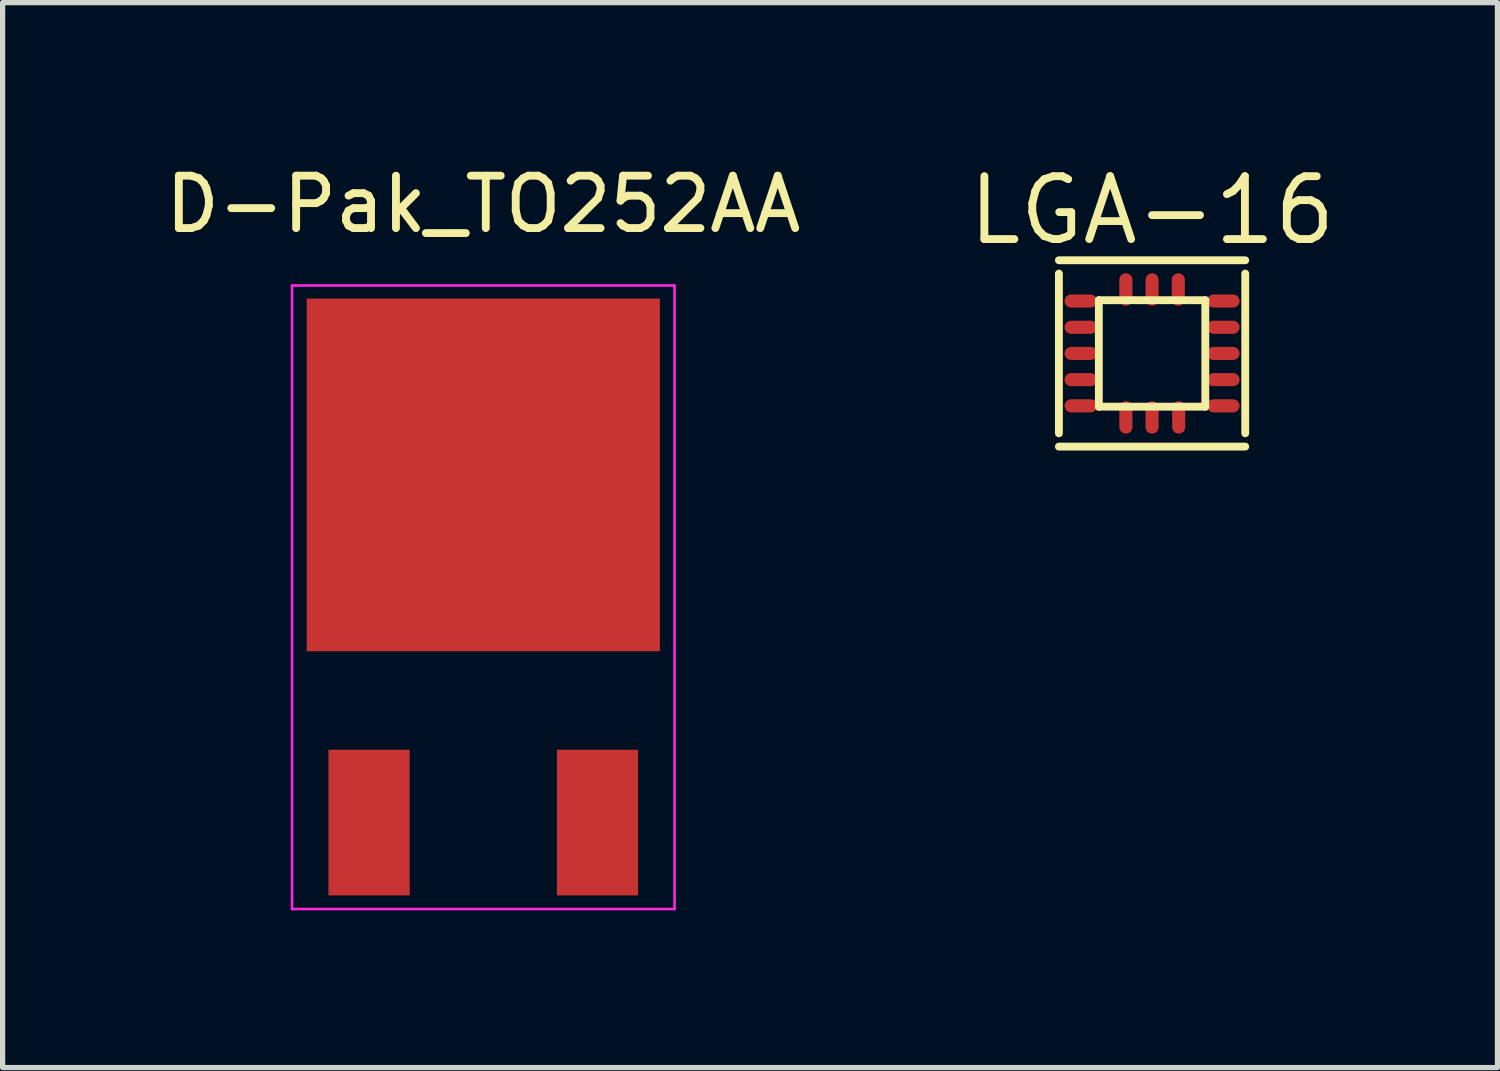
<source format=kicad_pcb>
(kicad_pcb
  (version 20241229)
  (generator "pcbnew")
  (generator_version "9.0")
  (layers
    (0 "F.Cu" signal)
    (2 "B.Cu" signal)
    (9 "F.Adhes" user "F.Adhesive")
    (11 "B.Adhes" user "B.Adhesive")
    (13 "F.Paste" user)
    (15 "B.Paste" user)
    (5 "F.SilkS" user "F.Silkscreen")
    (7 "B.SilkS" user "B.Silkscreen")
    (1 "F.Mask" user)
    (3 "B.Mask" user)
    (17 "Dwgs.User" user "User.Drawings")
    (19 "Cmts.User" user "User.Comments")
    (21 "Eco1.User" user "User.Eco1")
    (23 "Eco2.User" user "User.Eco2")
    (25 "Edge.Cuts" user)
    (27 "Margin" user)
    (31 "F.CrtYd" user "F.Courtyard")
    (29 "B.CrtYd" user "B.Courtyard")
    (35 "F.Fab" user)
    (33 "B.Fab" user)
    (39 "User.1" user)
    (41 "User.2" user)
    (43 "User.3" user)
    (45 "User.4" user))
  (footprint "D-Pak_TO252AA"
    (layer "F.Cu")
    (at 6.173 8.348)
    (property "Reference" "D-Pak_TO252AA" (at 0 -7.5 0) (layer "F.SilkS") (effects (font (size 1 1) (thickness 0.15))))
    (attr smd)
    (fp_line (start -3.65 -5.95) (end 3.65 -5.95) (stroke (width 0.05) (type solid)) (layer "F.CrtYd"))
    (fp_line (start -3.65 5.95) (end -3.65 -5.95) (stroke (width 0.05) (type solid)) (layer "F.CrtYd"))
    (fp_line (start 3.65 -5.95) (end 3.65 5.95) (stroke (width 0.05) (type solid)) (layer "F.CrtYd"))
    (fp_line (start 3.65 5.95) (end -3.65 5.95) (stroke (width 0.05) (type solid)) (layer "F.CrtYd"))
    (pad "1" smd rect (at -2.18 4.3) (size 1.55 2.78) (layers "F.Cu" "F.Mask" "F.Paste"))
    (pad "3" smd rect (at 2.18 4.3) (size 1.55 2.78) (layers "F.Cu" "F.Mask" "F.Paste"))
    (pad "4" smd rect (at 0 -2.335) (size 6.74 6.73) (layers "F.Cu" "F.Mask" "F.Paste")))
  (footprint "LGA-16"
    (layer "F.Cu")
    (at 18.936 3.695)
    (property "Reference" "LGA-16" (at 0 -2.73 0) (layer "F.SilkS") (effects (font (size 1.2 1.2) (thickness 0.15))))
    (attr through_hole)
    (fp_line (start -1.778 -1.778) (end 1.778 -1.778) (stroke (width 0.15) (type solid)) (layer "F.SilkS"))
    (fp_line (start -1.778 1.524) (end -1.778 -1.524) (stroke (width 0.15) (type solid)) (layer "F.SilkS"))
    (fp_line (start -1.016 -1.016) (end 1.016 -1.016) (stroke (width 0.15) (type solid)) (layer "F.SilkS"))
    (fp_line (start -1.016 1.016) (end -1.016 -1.016) (stroke (width 0.15) (type solid)) (layer "F.SilkS"))
    (fp_line (start 1.016 -1.016) (end 1.016 1.016) (stroke (width 0.15) (type solid)) (layer "F.SilkS"))
    (fp_line (start 1.016 1.016) (end -1.016 1.016) (stroke (width 0.15) (type solid)) (layer "F.SilkS"))
    (fp_line (start 1.778 -1.524) (end 1.778 1.524) (stroke (width 0.15) (type solid)) (layer "F.SilkS"))
    (fp_line (start 1.778 1.778) (end -1.778 1.778) (stroke (width 0.15) (type solid)) (layer "F.SilkS"))
    (pad "1" smd oval (at -1.36 -1 90) (size 0.25 0.62) (layers "F.Cu" "F.Mask" "F.Paste"))
    (pad "2" smd oval (at -1.36 -0.5 90) (size 0.25 0.62) (layers "F.Cu" "F.Mask" "F.Paste"))
    (pad "3" smd oval (at -1.36 0 90) (size 0.25 0.62) (layers "F.Cu" "F.Mask" "F.Paste"))
    (pad "4" smd oval (at -1.36 0.5 90) (size 0.25 0.62) (layers "F.Cu" "F.Mask" "F.Paste"))
    (pad "5" smd oval (at -1.36 1 90) (size 0.25 0.62) (layers "F.Cu" "F.Mask" "F.Paste"))
    (pad "6" smd oval (at -0.5 1.22) (size 0.25 0.62) (layers "F.Cu" "F.Mask" "F.Paste"))
    (pad "7" smd oval (at 0 1.22) (size 0.25 0.62) (layers "F.Cu" "F.Mask" "F.Paste"))
    (pad "8" smd oval (at 0.508 1.22) (size 0.25 0.62) (layers "F.Cu" "F.Mask" "F.Paste"))
    (pad "9" smd oval (at 1.36 1 90) (size 0.25 0.62) (layers "F.Cu" "F.Mask" "F.Paste"))
    (pad "10" smd oval (at 1.36 0.5 90) (size 0.25 0.62) (layers "F.Cu" "F.Mask" "F.Paste"))
    (pad "11" smd oval (at 1.36 -0.5 90) (size 0.25 0.62) (layers "F.Cu" "F.Mask" "F.Paste"))
    (pad "12" smd oval (at 1.36 0 90) (size 0.25 0.62) (layers "F.Cu" "F.Mask" "F.Paste"))
    (pad "13" smd oval (at 1.36 -1 90) (size 0.25 0.62) (layers "F.Cu" "F.Mask" "F.Paste"))
    (pad "14" smd oval (at 0.5 -1.22) (size 0.25 0.62) (layers "F.Cu" "F.Mask" "F.Paste"))
    (pad "15" smd oval (at 0 -1.22) (size 0.25 0.62) (layers "F.Cu" "F.Mask" "F.Paste"))
    (pad "16" smd oval (at -0.5 -1.22) (size 0.25 0.62) (layers "F.Cu" "F.Mask" "F.Paste")))
  (gr_rect
    (start -3 -3)
    (end 25.527 17.323)
    (stroke (width 0.1) (type default))
    (fill no)
    (layer "Edge.Cuts")))
</source>
